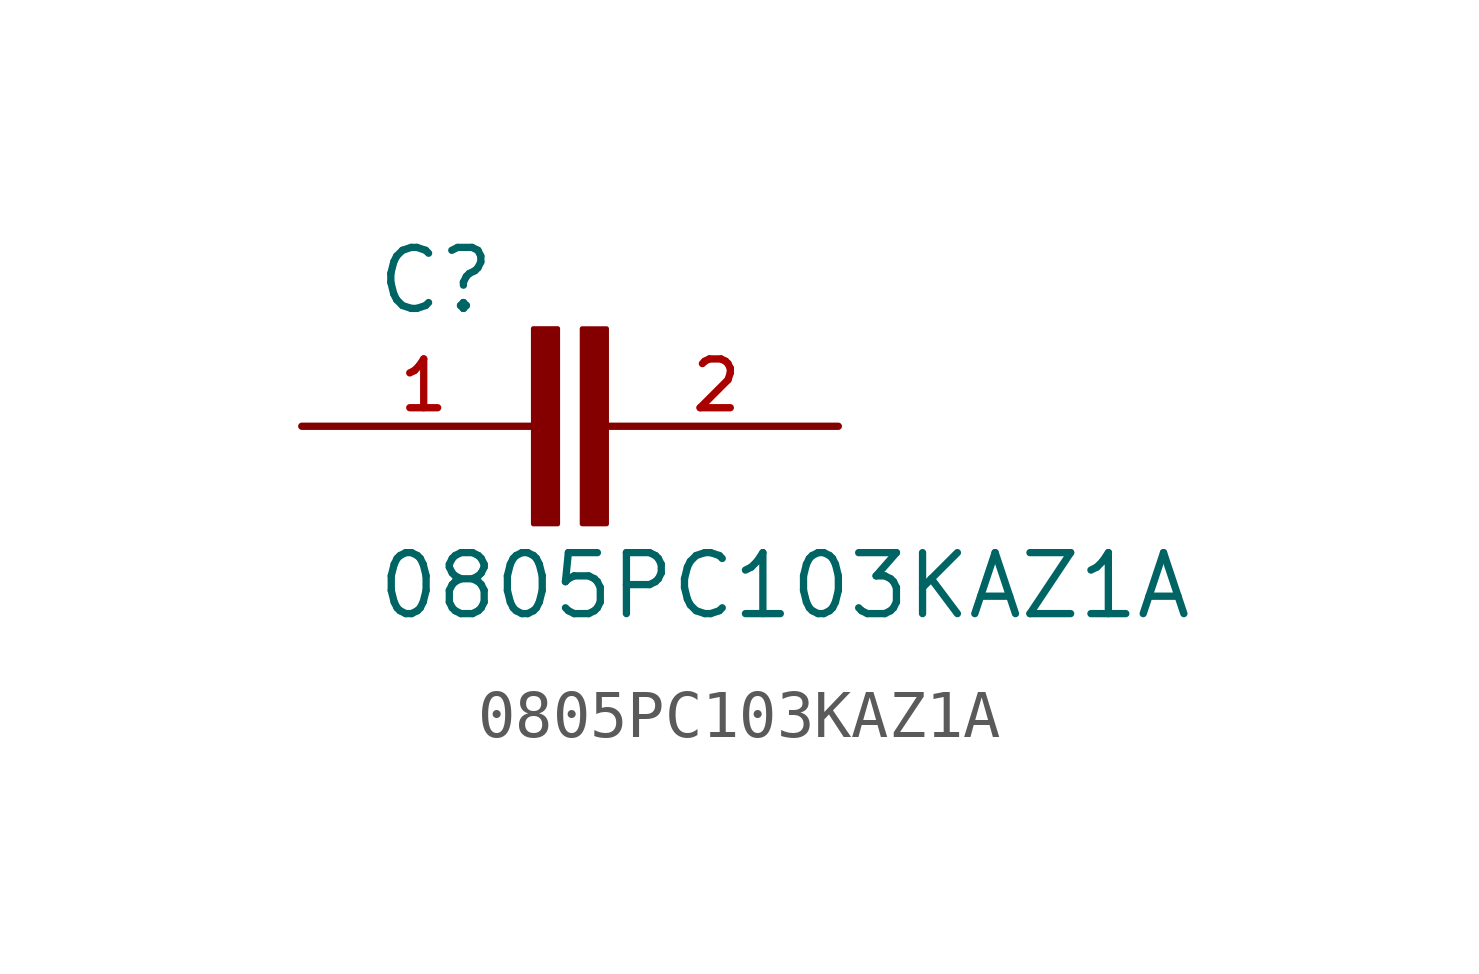
<source format=kicad_sym>
(kicad_symbol_lib
  (version 20211014)
  (generator kicad_symbol_editor)
  (symbol "0805PC103KAZ1A"
    (pin_names
      (offset 1.016))
    (property "Reference" "C"
      (at -4.075 2.292 0)
      (effects (font (size 1.27 1.27)) (justify bottom left)))
    (property "Value" "0805PC103KAZ1A"
      (at -4.066 -4.066 0)
      (effects (font (size 1.27 1.27)) (justify bottom left)))
    (symbol "0805PC103KAZ1A_0_0"
      (rectangle (start -0.765 -2.035) (end -0.257 2.035) (stroke (width 0.1)) (fill (type outline)))
      (rectangle (start 0.252 -2.034) (end 0.761 2.033) (stroke (width 0.1)) (fill (type outline)))
      (pin passive line (at -5.588 0.0 0) (length 5.08) (name "~" (effects (font (size 1.016 1.016)))) (number "1" (effects (font (size 1.016 1.016)))))
      (pin passive line (at 5.588 0.0 180.0) (length 5.08) (name "~" (effects (font (size 1.016 1.016)))) (number "2" (effects (font (size 1.016 1.016))))))))
</source>
